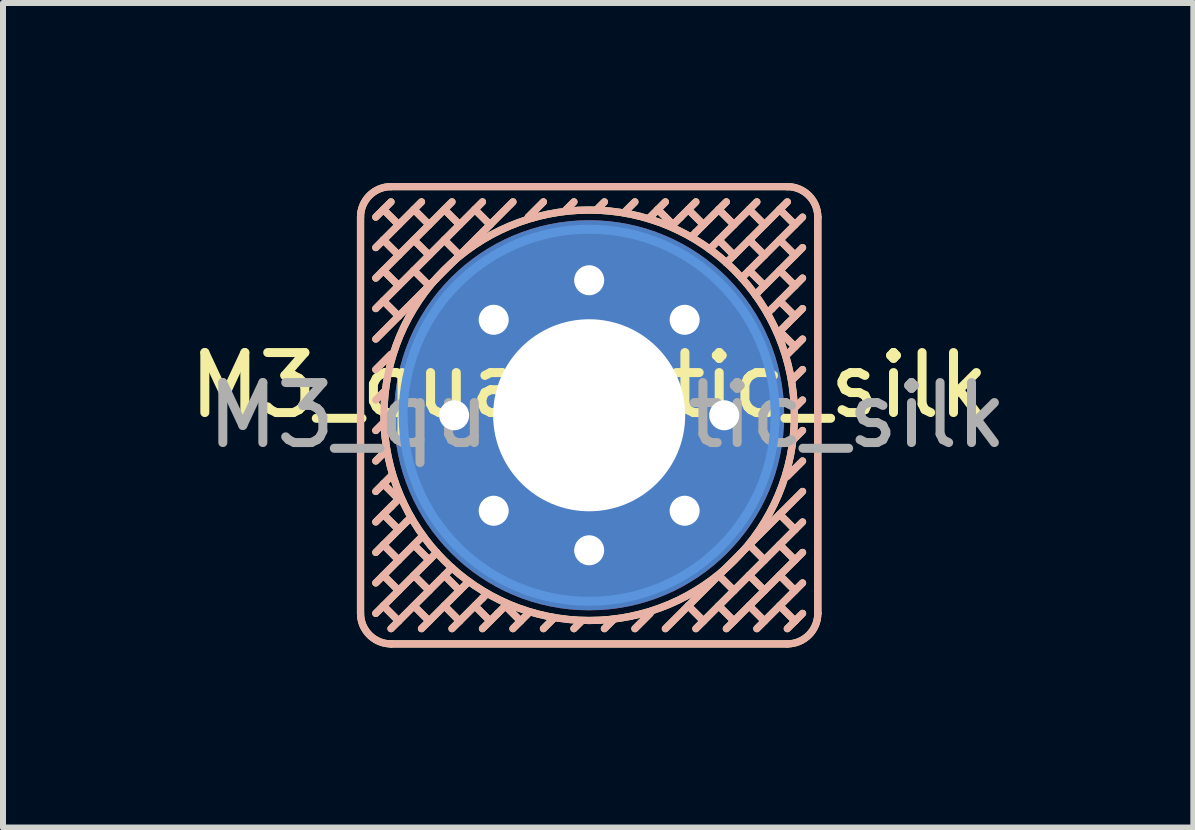
<source format=kicad_pcb>
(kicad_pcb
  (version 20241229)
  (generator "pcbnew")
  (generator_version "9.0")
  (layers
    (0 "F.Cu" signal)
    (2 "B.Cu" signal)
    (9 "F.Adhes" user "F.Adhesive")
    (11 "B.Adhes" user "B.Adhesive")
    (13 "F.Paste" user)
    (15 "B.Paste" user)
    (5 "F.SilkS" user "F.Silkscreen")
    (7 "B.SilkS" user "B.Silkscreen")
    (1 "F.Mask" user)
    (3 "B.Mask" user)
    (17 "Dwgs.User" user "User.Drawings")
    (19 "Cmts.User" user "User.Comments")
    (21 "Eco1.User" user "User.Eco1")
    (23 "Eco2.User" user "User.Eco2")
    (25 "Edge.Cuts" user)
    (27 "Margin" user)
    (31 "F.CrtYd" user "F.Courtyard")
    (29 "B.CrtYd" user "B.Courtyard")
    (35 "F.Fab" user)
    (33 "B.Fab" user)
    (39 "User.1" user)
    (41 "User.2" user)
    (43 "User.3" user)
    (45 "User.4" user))
  (footprint "M3_quadratic_silk"
    (layer "F.Cu")
    (at 6.768 3.87)
    (property "Reference" "M3_quadratic_silk" (at 0 -0.5 0) (unlocked yes) (layer "F.SilkS") (effects (font (size 1 1) (thickness 0.15))))
    (attr smd)
    (fp_line (start -3.81 -3.302) (end -3.81 3.302) (stroke (width 0.12) (type solid)) (layer "F.SilkS"))
    (fp_line (start -3.556 -0.762) (end -3.302 -1.016) (stroke (width 0.12) (type solid)) (layer "F.SilkS"))
    (fp_line (start -3.556 -0.254) (end -3.404 -0.406) (stroke (width 0.12) (type solid)) (layer "F.SilkS"))
    (fp_line (start -3.556 0.254) (end -3.429 0.127) (stroke (width 0.12) (type solid)) (layer "F.SilkS"))
    (fp_line (start -3.556 0.762) (end -3.378 0.584) (stroke (width 0.12) (type solid)) (layer "F.SilkS"))
    (fp_line (start -3.556 1.27) (end -3.302 1.016) (stroke (width 0.12) (type solid)) (layer "F.SilkS"))
    (fp_line (start -3.556 1.778) (end -3.302 1.524) (stroke (width 0.12) (type solid)) (layer "F.SilkS"))
    (fp_line (start -3.556 2.286) (end -3.048 1.778) (stroke (width 0.12) (type solid)) (layer "F.SilkS"))
    (fp_line (start -3.556 2.794) (end -2.794 2.032) (stroke (width 0.12) (type solid)) (layer "F.SilkS"))
    (fp_line (start -3.556 3.302) (end -2.54 2.286) (stroke (width 0.12) (type solid)) (layer "F.SilkS"))
    (fp_line (start -3.429 -3.429) (end -3.175 -3.175) (stroke (width 0.12) (type solid)) (layer "F.SilkS"))
    (fp_line (start -3.429 -2.921) (end -3.175 -2.667) (stroke (width 0.12) (type solid)) (layer "F.SilkS"))
    (fp_line (start -3.429 -2.413) (end -3.175 -2.159) (stroke (width 0.12) (type solid)) (layer "F.SilkS"))
    (fp_line (start -3.429 -1.905) (end -3.175 -1.651) (stroke (width 0.12) (type solid)) (layer "F.SilkS"))
    (fp_line (start -3.429 1.143) (end -3.175 1.397) (stroke (width 0.12) (type solid)) (layer "F.SilkS"))
    (fp_line (start -3.429 2.667) (end -3.175 2.921) (stroke (width 0.12) (type solid)) (layer "F.SilkS"))
    (fp_line (start -3.429 3.175) (end -3.175 3.429) (stroke (width 0.12) (type solid)) (layer "F.SilkS"))
    (fp_line (start -3.302 -3.556) (end -3.556 -3.302) (stroke (width 0.12) (type solid)) (layer "F.SilkS"))
    (fp_line (start -3.302 1.524) (end -3.15 1.372) (stroke (width 0.12) (type solid)) (layer "F.SilkS"))
    (fp_line (start -3.302 3.556) (end -2.286 2.54) (stroke (width 0.12) (type solid)) (layer "F.SilkS"))
    (fp_line (start -3.302 3.81) (end 3.302 3.81) (stroke (width 0.12) (type solid)) (layer "F.SilkS"))
    (fp_line (start -3.175 1.905) (end -3.429 1.651) (stroke (width 0.12) (type solid)) (layer "F.SilkS"))
    (fp_line (start -3.175 2.413) (end -3.429 2.159) (stroke (width 0.12) (type solid)) (layer "F.SilkS"))
    (fp_line (start -3.048 1.778) (end -2.972 1.702) (stroke (width 0.12) (type solid)) (layer "F.SilkS"))
    (fp_line (start -2.921 -3.429) (end -2.667 -3.175) (stroke (width 0.12) (type solid)) (layer "F.SilkS"))
    (fp_line (start -2.921 -2.921) (end -2.667 -2.667) (stroke (width 0.12) (type solid)) (layer "F.SilkS"))
    (fp_line (start -2.921 -2.413) (end -2.667 -2.159) (stroke (width 0.12) (type solid)) (layer "F.SilkS"))
    (fp_line (start -2.921 2.159) (end -2.667 2.413) (stroke (width 0.12) (type solid)) (layer "F.SilkS"))
    (fp_line (start -2.921 2.667) (end -2.667 2.921) (stroke (width 0.12) (type solid)) (layer "F.SilkS"))
    (fp_line (start -2.921 3.175) (end -2.667 3.429) (stroke (width 0.12) (type solid)) (layer "F.SilkS"))
    (fp_line (start -2.794 -3.556) (end -3.556 -2.794) (stroke (width 0.12) (type solid)) (layer "F.SilkS"))
    (fp_line (start -2.794 2.032) (end -2.769 2.007) (stroke (width 0.12) (type solid)) (layer "F.SilkS"))
    (fp_line (start -2.794 3.556) (end -2.032 2.794) (stroke (width 0.12) (type solid)) (layer "F.SilkS"))
    (fp_line (start -2.413 -3.429) (end -2.159 -3.175) (stroke (width 0.12) (type solid)) (layer "F.SilkS"))
    (fp_line (start -2.413 -2.921) (end -2.159 -2.667) (stroke (width 0.12) (type solid)) (layer "F.SilkS"))
    (fp_line (start -2.413 2.667) (end -2.159 2.921) (stroke (width 0.12) (type solid)) (layer "F.SilkS"))
    (fp_line (start -2.413 3.175) (end -2.159 3.429) (stroke (width 0.12) (type solid)) (layer "F.SilkS"))
    (fp_line (start -2.286 -3.556) (end -3.556 -2.286) (stroke (width 0.12) (type solid)) (layer "F.SilkS"))
    (fp_line (start -2.286 3.556) (end -1.778 3.048) (stroke (width 0.12) (type solid)) (layer "F.SilkS"))
    (fp_line (start -2.032 2.794) (end -2.007 2.769) (stroke (width 0.12) (type solid)) (layer "F.SilkS"))
    (fp_line (start -1.905 -3.429) (end -1.651 -3.175) (stroke (width 0.12) (type solid)) (layer "F.SilkS"))
    (fp_line (start -1.905 3.175) (end -1.651 3.429) (stroke (width 0.12) (type solid)) (layer "F.SilkS"))
    (fp_line (start -1.778 -3.556) (end -3.556 -1.778) (stroke (width 0.12) (type solid)) (layer "F.SilkS"))
    (fp_line (start -1.778 3.048) (end -1.702 2.972) (stroke (width 0.12) (type solid)) (layer "F.SilkS"))
    (fp_line (start -1.778 3.556) (end -1.524 3.302) (stroke (width 0.12) (type solid)) (layer "F.SilkS"))
    (fp_line (start -1.524 3.302) (end -1.372 3.15) (stroke (width 0.12) (type solid)) (layer "F.SilkS"))
    (fp_line (start -1.27 -3.556) (end -3.556 -1.27) (stroke (width 0.12) (type solid)) (layer "F.SilkS"))
    (fp_line (start -1.27 3.556) (end -1.016 3.302) (stroke (width 0.12) (type solid)) (layer "F.SilkS"))
    (fp_line (start -1.143 3.429) (end -1.397 3.175) (stroke (width 0.12) (type solid)) (layer "F.SilkS"))
    (fp_line (start -0.762 -3.556) (end -1.016 -3.302) (stroke (width 0.12) (type solid)) (layer "F.SilkS"))
    (fp_line (start -0.762 3.556) (end -0.584 3.378) (stroke (width 0.12) (type solid)) (layer "F.SilkS"))
    (fp_line (start -0.254 -3.556) (end -0.406 -3.404) (stroke (width 0.12) (type solid)) (layer "F.SilkS"))
    (fp_line (start -0.254 3.556) (end -0.127 3.429) (stroke (width 0.12) (type solid)) (layer "F.SilkS"))
    (fp_line (start 0.254 -3.556) (end 0.127 -3.429) (stroke (width 0.12) (type solid)) (layer "F.SilkS"))
    (fp_line (start 0.254 3.556) (end 0.406 3.404) (stroke (width 0.12) (type solid)) (layer "F.SilkS"))
    (fp_line (start 0.762 -3.556) (end 0.584 -3.378) (stroke (width 0.12) (type solid)) (layer "F.SilkS"))
    (fp_line (start 0.762 3.556) (end 1.016 3.302) (stroke (width 0.12) (type solid)) (layer "F.SilkS"))
    (fp_line (start 1.143 -3.429) (end 1.397 -3.175) (stroke (width 0.12) (type solid)) (layer "F.SilkS"))
    (fp_line (start 1.27 -3.556) (end 1.016 -3.302) (stroke (width 0.12) (type solid)) (layer "F.SilkS"))
    (fp_line (start 1.27 3.556) (end 3.556 1.27) (stroke (width 0.12) (type solid)) (layer "F.SilkS"))
    (fp_line (start 1.524 -3.302) (end 1.372 -3.15) (stroke (width 0.12) (type solid)) (layer "F.SilkS"))
    (fp_line (start 1.778 -3.556) (end 1.524 -3.302) (stroke (width 0.12) (type solid)) (layer "F.SilkS"))
    (fp_line (start 1.778 -3.048) (end 1.702 -2.972) (stroke (width 0.12) (type solid)) (layer "F.SilkS"))
    (fp_line (start 1.778 3.556) (end 3.556 1.778) (stroke (width 0.12) (type solid)) (layer "F.SilkS"))
    (fp_line (start 1.905 -3.175) (end 1.651 -3.429) (stroke (width 0.12) (type solid)) (layer "F.SilkS"))
    (fp_line (start 1.905 3.429) (end 1.651 3.175) (stroke (width 0.12) (type solid)) (layer "F.SilkS"))
    (fp_line (start 2.032 -2.794) (end 2.007 -2.769) (stroke (width 0.12) (type solid)) (layer "F.SilkS"))
    (fp_line (start 2.286 -3.556) (end 1.778 -3.048) (stroke (width 0.12) (type solid)) (layer "F.SilkS"))
    (fp_line (start 2.286 3.556) (end 3.556 2.286) (stroke (width 0.12) (type solid)) (layer "F.SilkS"))
    (fp_line (start 2.413 -3.175) (end 2.159 -3.429) (stroke (width 0.12) (type solid)) (layer "F.SilkS"))
    (fp_line (start 2.413 -2.667) (end 2.159 -2.921) (stroke (width 0.12) (type solid)) (layer "F.SilkS"))
    (fp_line (start 2.413 2.921) (end 2.159 2.667) (stroke (width 0.12) (type solid)) (layer "F.SilkS"))
    (fp_line (start 2.413 3.429) (end 2.159 3.175) (stroke (width 0.12) (type solid)) (layer "F.SilkS"))
    (fp_line (start 2.794 -3.556) (end 2.032 -2.794) (stroke (width 0.12) (type solid)) (layer "F.SilkS"))
    (fp_line (start 2.794 -2.032) (end 2.769 -2.007) (stroke (width 0.12) (type solid)) (layer "F.SilkS"))
    (fp_line (start 2.794 3.556) (end 3.556 2.794) (stroke (width 0.12) (type solid)) (layer "F.SilkS"))
    (fp_line (start 2.921 -3.175) (end 2.667 -3.429) (stroke (width 0.12) (type solid)) (layer "F.SilkS"))
    (fp_line (start 2.921 -2.667) (end 2.667 -2.921) (stroke (width 0.12) (type solid)) (layer "F.SilkS"))
    (fp_line (start 2.921 -2.159) (end 2.667 -2.413) (stroke (width 0.12) (type solid)) (layer "F.SilkS"))
    (fp_line (start 2.921 2.413) (end 2.667 2.159) (stroke (width 0.12) (type solid)) (layer "F.SilkS"))
    (fp_line (start 2.921 2.921) (end 2.667 2.667) (stroke (width 0.12) (type solid)) (layer "F.SilkS"))
    (fp_line (start 2.921 3.429) (end 2.667 3.175) (stroke (width 0.12) (type solid)) (layer "F.SilkS"))
    (fp_line (start 3.048 -1.778) (end 2.972 -1.702) (stroke (width 0.12) (type solid)) (layer "F.SilkS"))
    (fp_line (start 3.175 -2.413) (end 3.429 -2.159) (stroke (width 0.12) (type solid)) (layer "F.SilkS"))
    (fp_line (start 3.175 -1.905) (end 3.429 -1.651) (stroke (width 0.12) (type solid)) (layer "F.SilkS"))
    (fp_line (start 3.302 -3.81) (end -3.302 -3.81) (stroke (width 0.12) (type solid)) (layer "F.SilkS"))
    (fp_line (start 3.302 -3.556) (end 2.286 -2.54) (stroke (width 0.12) (type solid)) (layer "F.SilkS"))
    (fp_line (start 3.302 -1.524) (end 3.15 -1.372) (stroke (width 0.12) (type solid)) (layer "F.SilkS"))
    (fp_line (start 3.302 3.556) (end 3.556 3.302) (stroke (width 0.12) (type solid)) (layer "F.SilkS"))
    (fp_line (start 3.429 -3.175) (end 3.175 -3.429) (stroke (width 0.12) (type solid)) (layer "F.SilkS"))
    (fp_line (start 3.429 -2.667) (end 3.175 -2.921) (stroke (width 0.12) (type solid)) (layer "F.SilkS"))
    (fp_line (start 3.429 -1.143) (end 3.175 -1.397) (stroke (width 0.12) (type solid)) (layer "F.SilkS"))
    (fp_line (start 3.429 1.905) (end 3.175 1.651) (stroke (width 0.12) (type solid)) (layer "F.SilkS"))
    (fp_line (start 3.429 2.413) (end 3.175 2.159) (stroke (width 0.12) (type solid)) (layer "F.SilkS"))
    (fp_line (start 3.429 2.921) (end 3.175 2.667) (stroke (width 0.12) (type solid)) (layer "F.SilkS"))
    (fp_line (start 3.429 3.429) (end 3.175 3.175) (stroke (width 0.12) (type solid)) (layer "F.SilkS"))
    (fp_line (start 3.556 -3.302) (end 2.54 -2.286) (stroke (width 0.12) (type solid)) (layer "F.SilkS"))
    (fp_line (start 3.556 -2.794) (end 2.794 -2.032) (stroke (width 0.12) (type solid)) (layer "F.SilkS"))
    (fp_line (start 3.556 -2.286) (end 3.048 -1.778) (stroke (width 0.12) (type solid)) (layer "F.SilkS"))
    (fp_line (start 3.556 -1.778) (end 3.302 -1.524) (stroke (width 0.12) (type solid)) (layer "F.SilkS"))
    (fp_line (start 3.556 -1.27) (end 3.302 -1.016) (stroke (width 0.12) (type solid)) (layer "F.SilkS"))
    (fp_line (start 3.556 -0.762) (end 3.378 -0.584) (stroke (width 0.12) (type solid)) (layer "F.SilkS"))
    (fp_line (start 3.556 -0.254) (end 3.429 -0.127) (stroke (width 0.12) (type solid)) (layer "F.SilkS"))
    (fp_line (start 3.556 0.254) (end 3.404 0.406) (stroke (width 0.12) (type solid)) (layer "F.SilkS"))
    (fp_line (start 3.556 0.762) (end 3.302 1.016) (stroke (width 0.12) (type solid)) (layer "F.SilkS"))
    (fp_line (start 3.81 3.302) (end 3.81 -3.302) (stroke (width 0.12) (type solid)) (layer "F.SilkS"))
    (fp_arc (start -3.81 -3.302) (mid -3.66121 -3.66121) (end -3.302 -3.81) (stroke (width 0.12) (type solid)) (layer "F.SilkS"))
    (fp_arc (start -3.302 3.81) (mid -3.66121 3.66121) (end -3.81 3.302) (stroke (width 0.12) (type solid)) (layer "F.SilkS"))
    (fp_arc (start 3.302 -3.81) (mid 3.66121 -3.66121) (end 3.81 -3.302) (stroke (width 0.12) (type solid)) (layer "F.SilkS"))
    (fp_arc (start 3.81 3.302) (mid 3.66121 3.66121) (end 3.302 3.81) (stroke (width 0.12) (type solid)) (layer "F.SilkS"))
    (fp_circle (center 0 0) (end -2.007 2.769) (stroke (width 0.12) (type solid)) (fill no) (layer "F.SilkS"))
    (fp_line (start -3.81 3.302) (end -3.81 -3.302) (stroke (width 0.12) (type solid)) (layer "B.SilkS"))
    (fp_line (start -3.556 -3.302) (end -3.302 -3.556) (stroke (width 0.12) (type solid)) (layer "B.SilkS"))
    (fp_line (start -3.556 -2.794) (end -2.794 -3.556) (stroke (width 0.12) (type solid)) (layer "B.SilkS"))
    (fp_line (start -3.556 -2.286) (end -2.286 -3.556) (stroke (width 0.12) (type solid)) (layer "B.SilkS"))
    (fp_line (start -3.556 -1.778) (end -1.778 -3.556) (stroke (width 0.12) (type solid)) (layer "B.SilkS"))
    (fp_line (start -3.556 -1.27) (end -1.27 -3.556) (stroke (width 0.12) (type solid)) (layer "B.SilkS"))
    (fp_line (start -3.556 -0.762) (end -3.302 -1.016) (stroke (width 0.12) (type solid)) (layer "B.SilkS"))
    (fp_line (start -3.556 -0.254) (end -3.404 -0.406) (stroke (width 0.12) (type solid)) (layer "B.SilkS"))
    (fp_line (start -3.556 0.254) (end -3.429 0.127) (stroke (width 0.12) (type solid)) (layer "B.SilkS"))
    (fp_line (start -3.556 0.762) (end -3.378 0.584) (stroke (width 0.12) (type solid)) (layer "B.SilkS"))
    (fp_line (start -3.556 1.27) (end -3.302 1.016) (stroke (width 0.12) (type solid)) (layer "B.SilkS"))
    (fp_line (start -3.556 1.778) (end -3.302 1.524) (stroke (width 0.12) (type solid)) (layer "B.SilkS"))
    (fp_line (start -3.556 2.286) (end -3.048 1.778) (stroke (width 0.12) (type solid)) (layer "B.SilkS"))
    (fp_line (start -3.556 2.794) (end -2.794 2.032) (stroke (width 0.12) (type solid)) (layer "B.SilkS"))
    (fp_line (start -3.556 3.302) (end -2.54 2.286) (stroke (width 0.12) (type solid)) (layer "B.SilkS"))
    (fp_line (start -3.429 -3.429) (end -3.175 -3.175) (stroke (width 0.12) (type solid)) (layer "B.SilkS"))
    (fp_line (start -3.429 -2.921) (end -3.175 -2.667) (stroke (width 0.12) (type solid)) (layer "B.SilkS"))
    (fp_line (start -3.429 -2.413) (end -3.175 -2.159) (stroke (width 0.12) (type solid)) (layer "B.SilkS"))
    (fp_line (start -3.429 -1.905) (end -3.175 -1.651) (stroke (width 0.12) (type solid)) (layer "B.SilkS"))
    (fp_line (start -3.429 1.143) (end -3.175 1.397) (stroke (width 0.12) (type solid)) (layer "B.SilkS"))
    (fp_line (start -3.302 -3.81) (end 3.302 -3.81) (stroke (width 0.12) (type solid)) (layer "B.SilkS"))
    (fp_line (start -3.302 1.524) (end -3.15 1.372) (stroke (width 0.12) (type solid)) (layer "B.SilkS"))
    (fp_line (start -3.302 3.556) (end -2.286 2.54) (stroke (width 0.12) (type solid)) (layer "B.SilkS"))
    (fp_line (start -3.175 1.905) (end -3.429 1.651) (stroke (width 0.12) (type solid)) (layer "B.SilkS"))
    (fp_line (start -3.175 2.413) (end -3.429 2.159) (stroke (width 0.12) (type solid)) (layer "B.SilkS"))
    (fp_line (start -3.175 2.921) (end -3.429 2.667) (stroke (width 0.12) (type solid)) (layer "B.SilkS"))
    (fp_line (start -3.175 3.429) (end -3.429 3.175) (stroke (width 0.12) (type solid)) (layer "B.SilkS"))
    (fp_line (start -3.048 1.778) (end -2.972 1.702) (stroke (width 0.12) (type solid)) (layer "B.SilkS"))
    (fp_line (start -2.921 -3.429) (end -2.667 -3.175) (stroke (width 0.12) (type solid)) (layer "B.SilkS"))
    (fp_line (start -2.921 -2.921) (end -2.667 -2.667) (stroke (width 0.12) (type solid)) (layer "B.SilkS"))
    (fp_line (start -2.921 -2.413) (end -2.667 -2.159) (stroke (width 0.12) (type solid)) (layer "B.SilkS"))
    (fp_line (start -2.794 2.032) (end -2.769 2.007) (stroke (width 0.12) (type solid)) (layer "B.SilkS"))
    (fp_line (start -2.794 3.556) (end -2.032 2.794) (stroke (width 0.12) (type solid)) (layer "B.SilkS"))
    (fp_line (start -2.667 2.413) (end -2.921 2.159) (stroke (width 0.12) (type solid)) (layer "B.SilkS"))
    (fp_line (start -2.667 2.921) (end -2.921 2.667) (stroke (width 0.12) (type solid)) (layer "B.SilkS"))
    (fp_line (start -2.667 3.429) (end -2.921 3.175) (stroke (width 0.12) (type solid)) (layer "B.SilkS"))
    (fp_line (start -2.413 -3.429) (end -2.159 -3.175) (stroke (width 0.12) (type solid)) (layer "B.SilkS"))
    (fp_line (start -2.413 -2.921) (end -2.159 -2.667) (stroke (width 0.12) (type solid)) (layer "B.SilkS"))
    (fp_line (start -2.413 3.175) (end -2.159 3.429) (stroke (width 0.12) (type solid)) (layer "B.SilkS"))
    (fp_line (start -2.286 3.556) (end -1.778 3.048) (stroke (width 0.12) (type solid)) (layer "B.SilkS"))
    (fp_line (start -2.159 2.921) (end -2.413 2.667) (stroke (width 0.12) (type solid)) (layer "B.SilkS"))
    (fp_line (start -2.032 2.794) (end -2.007 2.769) (stroke (width 0.12) (type solid)) (layer "B.SilkS"))
    (fp_line (start -1.905 -3.429) (end -1.651 -3.175) (stroke (width 0.12) (type solid)) (layer "B.SilkS"))
    (fp_line (start -1.905 3.175) (end -1.651 3.429) (stroke (width 0.12) (type solid)) (layer "B.SilkS"))
    (fp_line (start -1.778 3.048) (end -1.702 2.972) (stroke (width 0.12) (type solid)) (layer "B.SilkS"))
    (fp_line (start -1.778 3.556) (end -1.524 3.302) (stroke (width 0.12) (type solid)) (layer "B.SilkS"))
    (fp_line (start -1.524 3.302) (end -1.372 3.15) (stroke (width 0.12) (type solid)) (layer "B.SilkS"))
    (fp_line (start -1.27 3.556) (end -1.016 3.302) (stroke (width 0.12) (type solid)) (layer "B.SilkS"))
    (fp_line (start -1.143 3.429) (end -1.397 3.175) (stroke (width 0.12) (type solid)) (layer "B.SilkS"))
    (fp_line (start -0.762 -3.556) (end -1.016 -3.302) (stroke (width 0.12) (type solid)) (layer "B.SilkS"))
    (fp_line (start -0.762 3.556) (end -0.584 3.378) (stroke (width 0.12) (type solid)) (layer "B.SilkS"))
    (fp_line (start -0.254 -3.556) (end -0.406 -3.404) (stroke (width 0.12) (type solid)) (layer "B.SilkS"))
    (fp_line (start -0.254 3.556) (end -0.127 3.429) (stroke (width 0.12) (type solid)) (layer "B.SilkS"))
    (fp_line (start 0.254 -3.556) (end 0.127 -3.429) (stroke (width 0.12) (type solid)) (layer "B.SilkS"))
    (fp_line (start 0.254 3.556) (end 0.406 3.404) (stroke (width 0.12) (type solid)) (layer "B.SilkS"))
    (fp_line (start 0.762 -3.556) (end 0.584 -3.378) (stroke (width 0.12) (type solid)) (layer "B.SilkS"))
    (fp_line (start 0.762 3.556) (end 1.016 3.302) (stroke (width 0.12) (type solid)) (layer "B.SilkS"))
    (fp_line (start 1.143 -3.429) (end 1.397 -3.175) (stroke (width 0.12) (type solid)) (layer "B.SilkS"))
    (fp_line (start 1.27 -3.556) (end 1.016 -3.302) (stroke (width 0.12) (type solid)) (layer "B.SilkS"))
    (fp_line (start 1.524 -3.302) (end 1.372 -3.15) (stroke (width 0.12) (type solid)) (layer "B.SilkS"))
    (fp_line (start 1.778 -3.556) (end 1.524 -3.302) (stroke (width 0.12) (type solid)) (layer "B.SilkS"))
    (fp_line (start 1.778 -3.048) (end 1.702 -2.972) (stroke (width 0.12) (type solid)) (layer "B.SilkS"))
    (fp_line (start 1.905 -3.175) (end 1.651 -3.429) (stroke (width 0.12) (type solid)) (layer "B.SilkS"))
    (fp_line (start 1.905 3.429) (end 1.651 3.175) (stroke (width 0.12) (type solid)) (layer "B.SilkS"))
    (fp_line (start 2.032 -2.794) (end 2.007 -2.769) (stroke (width 0.12) (type solid)) (layer "B.SilkS"))
    (fp_line (start 2.159 -2.921) (end 2.413 -2.667) (stroke (width 0.12) (type solid)) (layer "B.SilkS"))
    (fp_line (start 2.286 -3.556) (end 1.778 -3.048) (stroke (width 0.12) (type solid)) (layer "B.SilkS"))
    (fp_line (start 2.413 -3.175) (end 2.159 -3.429) (stroke (width 0.12) (type solid)) (layer "B.SilkS"))
    (fp_line (start 2.413 2.921) (end 2.159 2.667) (stroke (width 0.12) (type solid)) (layer "B.SilkS"))
    (fp_line (start 2.413 3.429) (end 2.159 3.175) (stroke (width 0.12) (type solid)) (layer "B.SilkS"))
    (fp_line (start 2.667 -3.429) (end 2.921 -3.175) (stroke (width 0.12) (type solid)) (layer "B.SilkS"))
    (fp_line (start 2.667 -2.921) (end 2.921 -2.667) (stroke (width 0.12) (type solid)) (layer "B.SilkS"))
    (fp_line (start 2.667 -2.413) (end 2.921 -2.159) (stroke (width 0.12) (type solid)) (layer "B.SilkS"))
    (fp_line (start 2.794 -3.556) (end 2.032 -2.794) (stroke (width 0.12) (type solid)) (layer "B.SilkS"))
    (fp_line (start 2.794 -2.032) (end 2.769 -2.007) (stroke (width 0.12) (type solid)) (layer "B.SilkS"))
    (fp_line (start 2.921 2.413) (end 2.667 2.159) (stroke (width 0.12) (type solid)) (layer "B.SilkS"))
    (fp_line (start 2.921 2.921) (end 2.667 2.667) (stroke (width 0.12) (type solid)) (layer "B.SilkS"))
    (fp_line (start 2.921 3.429) (end 2.667 3.175) (stroke (width 0.12) (type solid)) (layer "B.SilkS"))
    (fp_line (start 3.048 -1.778) (end 2.972 -1.702) (stroke (width 0.12) (type solid)) (layer "B.SilkS"))
    (fp_line (start 3.175 -3.429) (end 3.429 -3.175) (stroke (width 0.12) (type solid)) (layer "B.SilkS"))
    (fp_line (start 3.175 -2.921) (end 3.429 -2.667) (stroke (width 0.12) (type solid)) (layer "B.SilkS"))
    (fp_line (start 3.175 -2.413) (end 3.429 -2.159) (stroke (width 0.12) (type solid)) (layer "B.SilkS"))
    (fp_line (start 3.175 -1.905) (end 3.429 -1.651) (stroke (width 0.12) (type solid)) (layer "B.SilkS"))
    (fp_line (start 3.302 -3.556) (end 2.286 -2.54) (stroke (width 0.12) (type solid)) (layer "B.SilkS"))
    (fp_line (start 3.302 -1.524) (end 3.15 -1.372) (stroke (width 0.12) (type solid)) (layer "B.SilkS"))
    (fp_line (start 3.302 3.81) (end -3.302 3.81) (stroke (width 0.12) (type solid)) (layer "B.SilkS"))
    (fp_line (start 3.429 -1.143) (end 3.175 -1.397) (stroke (width 0.12) (type solid)) (layer "B.SilkS"))
    (fp_line (start 3.429 1.905) (end 3.175 1.651) (stroke (width 0.12) (type solid)) (layer "B.SilkS"))
    (fp_line (start 3.429 2.413) (end 3.175 2.159) (stroke (width 0.12) (type solid)) (layer "B.SilkS"))
    (fp_line (start 3.429 2.921) (end 3.175 2.667) (stroke (width 0.12) (type solid)) (layer "B.SilkS"))
    (fp_line (start 3.429 3.429) (end 3.175 3.175) (stroke (width 0.12) (type solid)) (layer "B.SilkS"))
    (fp_line (start 3.556 -3.302) (end 2.54 -2.286) (stroke (width 0.12) (type solid)) (layer "B.SilkS"))
    (fp_line (start 3.556 -2.794) (end 2.794 -2.032) (stroke (width 0.12) (type solid)) (layer "B.SilkS"))
    (fp_line (start 3.556 -2.286) (end 3.048 -1.778) (stroke (width 0.12) (type solid)) (layer "B.SilkS"))
    (fp_line (start 3.556 -1.778) (end 3.302 -1.524) (stroke (width 0.12) (type solid)) (layer "B.SilkS"))
    (fp_line (start 3.556 -1.27) (end 3.302 -1.016) (stroke (width 0.12) (type solid)) (layer "B.SilkS"))
    (fp_line (start 3.556 -0.762) (end 3.378 -0.584) (stroke (width 0.12) (type solid)) (layer "B.SilkS"))
    (fp_line (start 3.556 -0.254) (end 3.429 -0.127) (stroke (width 0.12) (type solid)) (layer "B.SilkS"))
    (fp_line (start 3.556 0.254) (end 3.404 0.406) (stroke (width 0.12) (type solid)) (layer "B.SilkS"))
    (fp_line (start 3.556 0.762) (end 3.302 1.016) (stroke (width 0.12) (type solid)) (layer "B.SilkS"))
    (fp_line (start 3.556 1.27) (end 1.27 3.556) (stroke (width 0.12) (type solid)) (layer "B.SilkS"))
    (fp_line (start 3.556 1.778) (end 1.778 3.556) (stroke (width 0.12) (type solid)) (layer "B.SilkS"))
    (fp_line (start 3.556 2.286) (end 2.286 3.556) (stroke (width 0.12) (type solid)) (layer "B.SilkS"))
    (fp_line (start 3.556 2.794) (end 2.794 3.556) (stroke (width 0.12) (type solid)) (layer "B.SilkS"))
    (fp_line (start 3.556 3.302) (end 3.302 3.556) (stroke (width 0.12) (type solid)) (layer "B.SilkS"))
    (fp_line (start 3.81 -3.302) (end 3.81 3.302) (stroke (width 0.12) (type solid)) (layer "B.SilkS"))
    (fp_arc (start -3.81 -3.302) (mid -3.66121 -3.66121) (end -3.302 -3.81) (stroke (width 0.12) (type solid)) (layer "B.SilkS"))
    (fp_arc (start -3.302 3.81) (mid -3.66121 3.66121) (end -3.81 3.302) (stroke (width 0.12) (type solid)) (layer "B.SilkS"))
    (fp_arc (start 3.302 -3.81) (mid 3.66121 -3.66121) (end 3.81 -3.302) (stroke (width 0.12) (type solid)) (layer "B.SilkS"))
    (fp_arc (start 3.81 3.302) (mid 3.66121 3.66121) (end 3.302 3.81) (stroke (width 0.12) (type solid)) (layer "B.SilkS"))
    (fp_circle (center 0 0) (end -2.769 2.007) (stroke (width 0.12) (type solid)) (fill no) (layer "B.SilkS"))
    (fp_circle (center 0 0) (end 3.1 0) (stroke (width 0.15) (type solid)) (fill no) (layer "Cmts.User"))
    (fp_text user "${REFERENCE}" (at 0.3 0 0) (layer "F.Fab") (effects (font (size 1 1) (thickness 0.15))))
    (pad "" thru_hole circle (at -2.25 0) (size 0.8 0.8) (drill 0.5) (layers "*.Cu" "*.Mask"))
    (pad "" thru_hole circle (at -1.591 -1.591) (size 0.8 0.8) (drill 0.5) (layers "*.Cu" "*.Mask"))
    (pad "" thru_hole circle (at -1.591 1.591) (size 0.8 0.8) (drill 0.5) (layers "*.Cu" "*.Mask"))
    (pad "" thru_hole circle (at 0 -2.25) (size 0.8 0.8) (drill 0.5) (layers "*.Cu" "*.Mask"))
    (pad "" thru_hole circle (at 0 0) (size 6.5 6.5) (drill 3.2) (layers "*.Cu" "*.Mask"))
    (pad "" thru_hole circle (at 0 2.25) (size 0.8 0.8) (drill 0.5) (layers "*.Cu" "*.Mask"))
    (pad "" thru_hole circle (at 1.591 -1.591) (size 0.8 0.8) (drill 0.5) (layers "*.Cu" "*.Mask"))
    (pad "" thru_hole circle (at 1.591 1.591) (size 0.8 0.8) (drill 0.5) (layers "*.Cu" "*.Mask"))
    (pad "" thru_hole circle (at 2.25 0) (size 0.8 0.8) (drill 0.5) (layers "*.Cu" "*.Mask")))
  (gr_rect
    (start -3 -3)
    (end 16.836 10.74)
    (stroke (width 0.1) (type default))
    (fill no)
    (layer "Edge.Cuts")))
</source>
